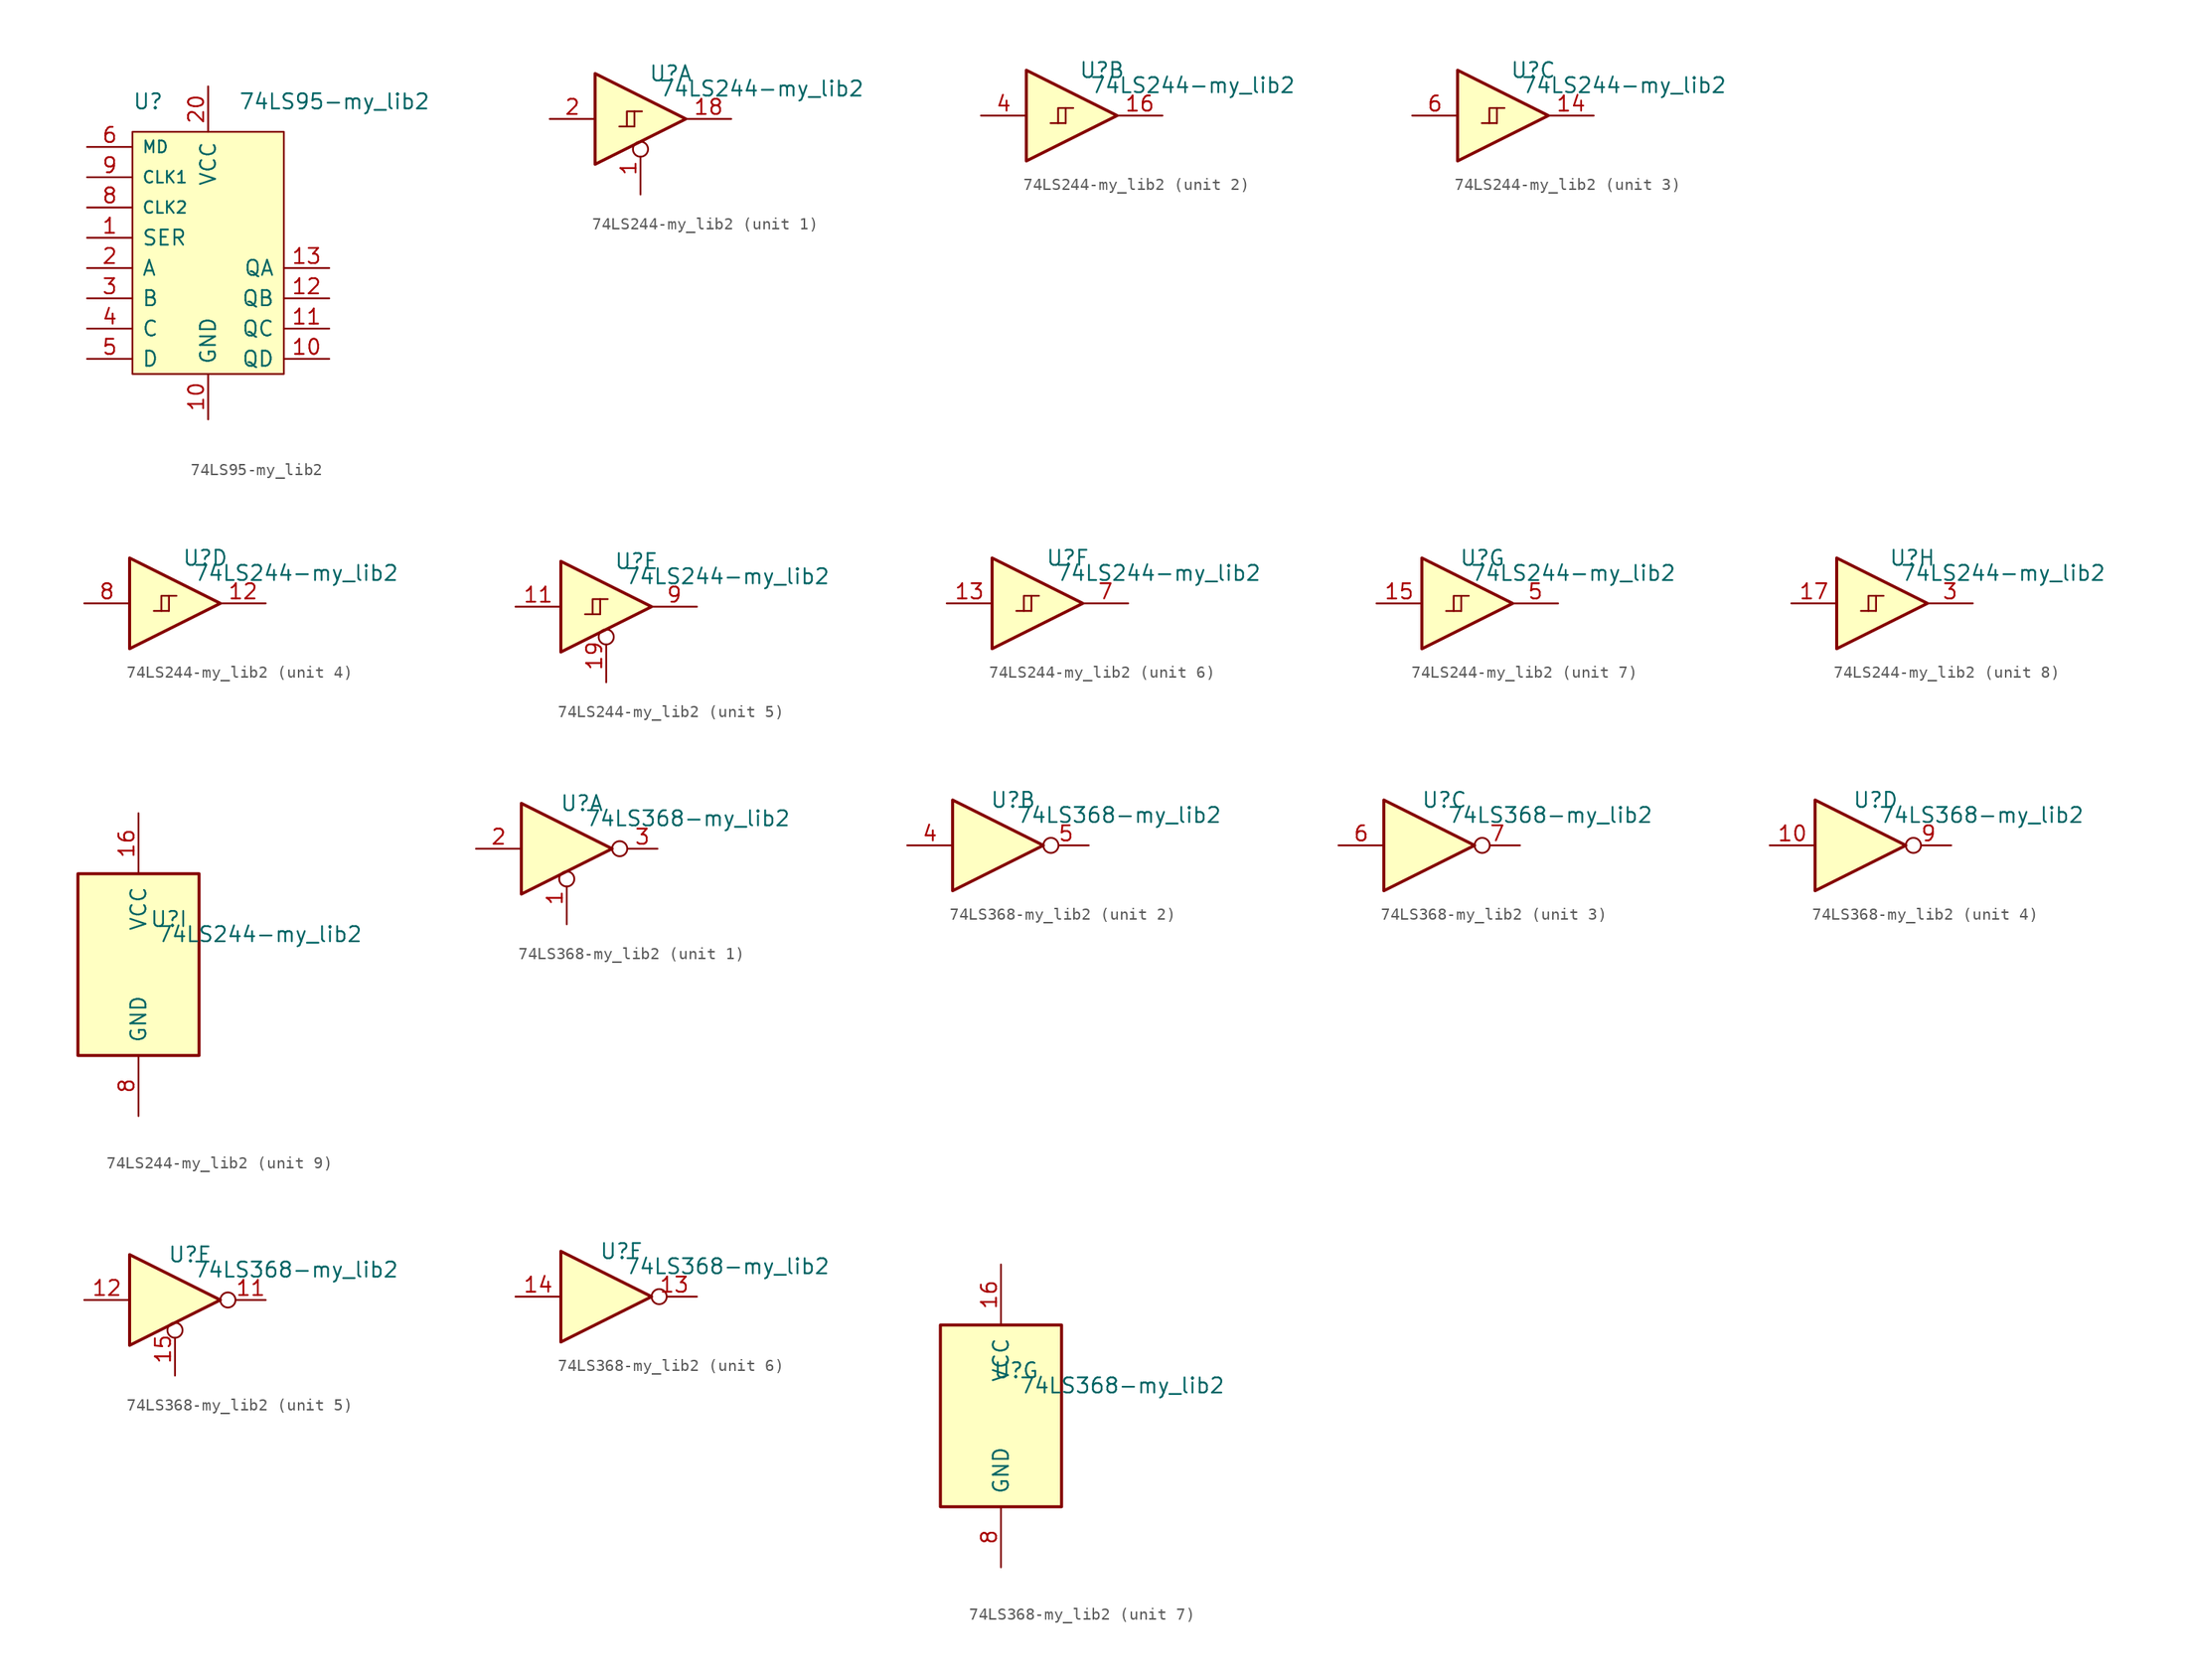
<source format=kicad_sym>
(kicad_symbol_lib
  (version 20220914)
  (generator kicad_symbol_editor)
  (symbol "74LS95-my_lib2"
    (pin_names
      (offset 0.762))
    (property "Reference" "U"
      (at -6.35 3.81 0)
      (effects (font (size 1.27 1.27)) (justify left)))
    (property "Value" "74LS95-my_lib2"
      (at 2.54 3.81 0)
      (effects (font (size 1.27 1.27)) (justify left)))
    (symbol "74LS95-my_lib2_0_0"
      (pin power_in line (at 0 -22.86 90) (length 3.81) (name "GND" (effects (font (size 1.27 1.27)))) (number "10" (effects (font (size 1.27 1.27)))))
      (pin power_in line (at 0 5.08 270) (length 3.81) (name "VCC" (effects (font (size 1.27 1.27)))) (number "20" (effects (font (size 1.27 1.27))))))
    (symbol "74LS95-my_lib2_0_1"
      (rectangle (start -6.35 1.27) (end 6.35 -19.05) (stroke (width 0) (type solid)) (fill (type background))))
    (symbol "74LS95-my_lib2_1_1"
      (pin input line (at -10.16 -7.62 0) (length 3.81) (name "SER" (effects (font (size 1.27 1.27)))) (number "1" (effects (font (size 1.27 1.27)))))
      (pin output line (at 10.16 -17.78 180) (length 3.81) (name "QD" (effects (font (size 1.27 1.27)))) (number "10" (effects (font (size 1.27 1.27)))))
      (pin output line (at 10.16 -15.24 180) (length 3.81) (name "QC" (effects (font (size 1.27 1.27)))) (number "11" (effects (font (size 1.27 1.27)))))
      (pin output line (at 10.16 -12.7 180) (length 3.81) (name "QB" (effects (font (size 1.27 1.27)))) (number "12" (effects (font (size 1.27 1.27)))))
      (pin output line (at 10.16 -10.16 180) (length 3.81) (name "QA" (effects (font (size 1.27 1.27)))) (number "13" (effects (font (size 1.27 1.27)))))
      (pin input line (at -10.16 -10.16 0) (length 3.81) (name "A" (effects (font (size 1.27 1.27)))) (number "2" (effects (font (size 1.27 1.27)))))
      (pin input line (at -10.16 -12.7 0) (length 3.81) (name "B" (effects (font (size 1.27 1.27)))) (number "3" (effects (font (size 1.27 1.27)))))
      (pin input line (at -10.16 -15.24 0) (length 3.81) (name "C" (effects (font (size 1.27 1.27)))) (number "4" (effects (font (size 1.27 1.27)))))
      (pin input line (at -10.16 -17.78 0) (length 3.81) (name "D" (effects (font (size 1.27 1.27)))) (number "5" (effects (font (size 1.27 1.27)))))
      (pin input line (at -10.16 0 0) (length 3.81) (name "MD" (effects (font (size 0.991 0.991)))) (number "6" (effects (font (size 1.27 1.27)))))
      (pin tri_state line (at -10.16 -5.08 0) (length 3.81) (name "CLK2" (effects (font (size 0.991 0.991)))) (number "8" (effects (font (size 1.27 1.27)))))
      (pin tri_state line (at -10.16 -2.54 0) (length 3.81) (name "CLK1" (effects (font (size 0.991 0.991)))) (number "9" (effects (font (size 1.27 1.27)))))))
  (symbol "74LS244-my_lib2"
    (pin_names
      (offset 1.016))
    (property "Reference" "U"
      (at 1.27 3.81 0)
      (effects (font (size 1.27 1.27))))
    (property "Value" "74LS244-my_lib2"
      (at 8.89 2.54 0)
      (effects (font (size 1.27 1.27))))
    (property "ki_locked" ""
      (at 0 0 0)
      (effects (font (size 1.27 1.27))))
    (symbol "74LS244-my_lib2_1_0"
      (polyline (pts (xy -5.08 3.81) (xy -5.08 -3.81) (xy 2.54 0) (xy -5.08 3.81)) (stroke (width 0.254) (type solid)) (fill (type background)))
      (pin input inverted (at -1.27 -6.35 90) (length 4.445) (name "~" (effects (font (size 1.27 1.27)))) (number "1" (effects (font (size 1.27 1.27)))))
      (pin tri_state line (at 6.35 0 180) (length 3.81) (name "~" (effects (font (size 1.27 1.27)))) (number "18" (effects (font (size 1.27 1.27)))))
      (pin input line (at -8.89 0 0) (length 3.81) (name "~" (effects (font (size 1.27 1.27)))) (number "2" (effects (font (size 1.27 1.27))))))
    (symbol "74LS244-my_lib2_1_1"
      (polyline (pts (xy -3.048 -0.635) (xy -1.778 -0.635)) (stroke (width 0) (type solid)) (fill (type none)))
      (polyline (pts (xy -1.778 -0.635) (xy -1.778 0.635)) (stroke (width 0) (type solid)) (fill (type none)))
      (polyline (pts (xy -2.413 -0.635) (xy -2.413 0.635) (xy -1.143 0.635)) (stroke (width 0) (type solid)) (fill (type none))))
    (symbol "74LS244-my_lib2_2_0"
      (polyline (pts (xy -5.08 3.81) (xy -5.08 -3.81) (xy 2.54 0) (xy -5.08 3.81)) (stroke (width 0.254) (type solid)) (fill (type background)))
      (pin tri_state line (at 6.35 0 180) (length 3.81) (name "~" (effects (font (size 1.27 1.27)))) (number "16" (effects (font (size 1.27 1.27)))))
      (pin input line (at -8.89 0 0) (length 3.81) (name "~" (effects (font (size 1.27 1.27)))) (number "4" (effects (font (size 1.27 1.27))))))
    (symbol "74LS244-my_lib2_2_1"
      (polyline (pts (xy -3.048 -0.635) (xy -1.778 -0.635)) (stroke (width 0) (type solid)) (fill (type none)))
      (polyline (pts (xy -1.778 -0.635) (xy -1.778 0.635)) (stroke (width 0) (type solid)) (fill (type none)))
      (polyline (pts (xy -2.413 -0.635) (xy -2.413 0.635) (xy -1.143 0.635)) (stroke (width 0) (type solid)) (fill (type none))))
    (symbol "74LS244-my_lib2_3_0"
      (polyline (pts (xy -5.08 3.81) (xy -5.08 -3.81) (xy 2.54 0) (xy -5.08 3.81)) (stroke (width 0.254) (type solid)) (fill (type background)))
      (pin tri_state line (at 6.35 0 180) (length 3.81) (name "~" (effects (font (size 1.27 1.27)))) (number "14" (effects (font (size 1.27 1.27)))))
      (pin input line (at -8.89 0 0) (length 3.81) (name "~" (effects (font (size 1.27 1.27)))) (number "6" (effects (font (size 1.27 1.27))))))
    (symbol "74LS244-my_lib2_3_1"
      (polyline (pts (xy -3.048 -0.635) (xy -1.778 -0.635)) (stroke (width 0) (type solid)) (fill (type none)))
      (polyline (pts (xy -1.778 -0.635) (xy -1.778 0.635)) (stroke (width 0) (type solid)) (fill (type none)))
      (polyline (pts (xy -2.413 -0.635) (xy -2.413 0.635) (xy -1.143 0.635)) (stroke (width 0) (type solid)) (fill (type none))))
    (symbol "74LS244-my_lib2_4_0"
      (polyline (pts (xy -5.08 3.81) (xy -5.08 -3.81) (xy 2.54 0) (xy -5.08 3.81)) (stroke (width 0.254) (type solid)) (fill (type background)))
      (pin tri_state line (at 6.35 0 180) (length 3.81) (name "~" (effects (font (size 1.27 1.27)))) (number "12" (effects (font (size 1.27 1.27)))))
      (pin input line (at -8.89 0 0) (length 3.81) (name "~" (effects (font (size 1.27 1.27)))) (number "8" (effects (font (size 1.27 1.27))))))
    (symbol "74LS244-my_lib2_4_1"
      (polyline (pts (xy -3.048 -0.635) (xy -1.778 -0.635)) (stroke (width 0) (type solid)) (fill (type none)))
      (polyline (pts (xy -1.778 -0.635) (xy -1.778 0.635)) (stroke (width 0) (type solid)) (fill (type none)))
      (polyline (pts (xy -2.413 -0.635) (xy -2.413 0.635) (xy -1.143 0.635)) (stroke (width 0) (type solid)) (fill (type none))))
    (symbol "74LS244-my_lib2_5_1"
      (polyline (pts (xy -3.048 -0.635) (xy -1.778 -0.635)) (stroke (width 0) (type solid)) (fill (type none)))
      (polyline (pts (xy -1.778 -0.635) (xy -1.778 0.635)) (stroke (width 0) (type solid)) (fill (type none)))
      (polyline (pts (xy -2.413 -0.635) (xy -2.413 0.635) (xy -1.143 0.635)) (stroke (width 0) (type solid)) (fill (type none)))
      (polyline (pts (xy -5.08 3.81) (xy -5.08 -3.81) (xy 2.54 0) (xy -5.08 3.81)) (stroke (width 0.254) (type solid)) (fill (type background)))
      (pin input line (at -8.89 0 0) (length 3.81) (name "~" (effects (font (size 1.27 1.27)))) (number "11" (effects (font (size 1.27 1.27)))))
      (pin input inverted (at -1.27 -6.35 90) (length 4.445) (name "~" (effects (font (size 1.27 1.27)))) (number "19" (effects (font (size 1.27 1.27)))))
      (pin tri_state line (at 6.35 0 180) (length 3.81) (name "~" (effects (font (size 1.27 1.27)))) (number "9" (effects (font (size 1.27 1.27))))))
    (symbol "74LS244-my_lib2_6_0"
      (polyline (pts (xy -5.08 3.81) (xy -5.08 -3.81) (xy 2.54 0) (xy -5.08 3.81)) (stroke (width 0.254) (type solid)) (fill (type background)))
      (pin input line (at -8.89 0 0) (length 3.81) (name "~" (effects (font (size 1.27 1.27)))) (number "13" (effects (font (size 1.27 1.27)))))
      (pin tri_state line (at 6.35 0 180) (length 3.81) (name "~" (effects (font (size 1.27 1.27)))) (number "7" (effects (font (size 1.27 1.27))))))
    (symbol "74LS244-my_lib2_6_1"
      (polyline (pts (xy -3.048 -0.635) (xy -1.778 -0.635)) (stroke (width 0) (type solid)) (fill (type none)))
      (polyline (pts (xy -1.778 -0.635) (xy -1.778 0.635)) (stroke (width 0) (type solid)) (fill (type none)))
      (polyline (pts (xy -2.413 -0.635) (xy -2.413 0.635) (xy -1.143 0.635)) (stroke (width 0) (type solid)) (fill (type none))))
    (symbol "74LS244-my_lib2_7_1"
      (polyline (pts (xy -1.778 -0.635) (xy -0.508 -0.635)) (stroke (width 0) (type solid)) (fill (type none)))
      (polyline (pts (xy -0.508 -0.635) (xy -0.508 0.635)) (stroke (width 0) (type solid)) (fill (type none)))
      (polyline (pts (xy -1.143 -0.635) (xy -1.143 0.635) (xy 0.127 0.635)) (stroke (width 0) (type solid)) (fill (type none)))
      (polyline (pts (xy -3.81 3.81) (xy -3.81 -3.81) (xy 3.81 0) (xy -3.81 3.81)) (stroke (width 0.254) (type solid)) (fill (type background)))
      (pin input line (at -7.62 0 0) (length 3.81) (name "~" (effects (font (size 1.27 1.27)))) (number "15" (effects (font (size 1.27 1.27)))))
      (pin tri_state line (at 7.62 0 180) (length 3.81) (name "~" (effects (font (size 1.27 1.27)))) (number "5" (effects (font (size 1.27 1.27))))))
    (symbol "74LS244-my_lib2_8_0"
      (polyline (pts (xy -5.08 3.81) (xy -5.08 -3.81) (xy 2.54 0) (xy -5.08 3.81)) (stroke (width 0.254) (type solid)) (fill (type background)))
      (pin input line (at -8.89 0 0) (length 3.81) (name "~" (effects (font (size 1.27 1.27)))) (number "17" (effects (font (size 1.27 1.27)))))
      (pin tri_state line (at 6.35 0 180) (length 3.81) (name "~" (effects (font (size 1.27 1.27)))) (number "3" (effects (font (size 1.27 1.27))))))
    (symbol "74LS244-my_lib2_8_1"
      (polyline (pts (xy -3.048 -0.635) (xy -1.778 -0.635)) (stroke (width 0) (type solid)) (fill (type none)))
      (polyline (pts (xy -1.778 -0.635) (xy -1.778 0.635)) (stroke (width 0) (type solid)) (fill (type none)))
      (polyline (pts (xy -2.413 -0.635) (xy -2.413 0.635) (xy -1.143 0.635)) (stroke (width 0) (type solid)) (fill (type none))))
    (symbol "74LS244-my_lib2_9_1"
      (rectangle (start -6.35 7.62) (end 3.81 -7.62) (stroke (width 0.254) (type solid)) (fill (type background)))
      (pin power_in line (at -1.27 12.7 270) (length 5.08) (name "VCC" (effects (font (size 1.27 1.27)))) (number "16" (effects (font (size 1.27 1.27)))))
      (pin power_in line (at -1.27 -12.7 90) (length 5.08) (name "GND" (effects (font (size 1.27 1.27)))) (number "8" (effects (font (size 1.27 1.27)))))))
  (symbol "74LS368-my_lib2"
    (pin_names
      (offset 1.016))
    (property "Reference" "U"
      (at 1.27 3.81 0)
      (effects (font (size 1.27 1.27))))
    (property "Value" "74LS368-my_lib2"
      (at 10.16 2.54 0)
      (effects (font (size 1.27 1.27))))
    (property "ki_locked" ""
      (at 0 0 0)
      (effects (font (size 1.27 1.27))))
    (symbol "74LS368-my_lib2_1_0"
      (polyline (pts (xy -3.81 3.81) (xy -3.81 -3.81) (xy 3.81 0) (xy -3.81 3.81)) (stroke (width 0.254) (type solid)) (fill (type background)))
      (pin input inverted (at 0 -6.35 90) (length 4.445) (name "~" (effects (font (size 1.27 1.27)))) (number "1" (effects (font (size 1.27 1.27)))))
      (pin input line (at -7.62 0 0) (length 3.81) (name "~" (effects (font (size 1.27 1.27)))) (number "2" (effects (font (size 1.27 1.27)))))
      (pin tri_state line (at 7.62 0 180) (length 2.54) (name "~" (effects (font (size 1.27 1.27)))) (number "3" (effects (font (size 1.27 1.27))))))
    (symbol "74LS368-my_lib2_1_1"
      (circle (center 4.445 0) (radius 0.635) (stroke (width 0) (type solid)) (fill (type none))))
    (symbol "74LS368-my_lib2_2_0"
      (polyline (pts (xy -3.81 3.81) (xy -3.81 -3.81) (xy 3.81 0) (xy -3.81 3.81)) (stroke (width 0.254) (type solid)) (fill (type background)))
      (pin input line (at -7.62 0 0) (length 3.81) (name "~" (effects (font (size 1.27 1.27)))) (number "4" (effects (font (size 1.27 1.27)))))
      (pin tri_state inverted (at 7.62 0 180) (length 3.81) (name "~" (effects (font (size 1.27 1.27)))) (number "5" (effects (font (size 1.27 1.27))))))
    (symbol "74LS368-my_lib2_3_0"
      (polyline (pts (xy -3.81 3.81) (xy -3.81 -3.81) (xy 3.81 0) (xy -3.81 3.81)) (stroke (width 0.254) (type solid)) (fill (type background)))
      (pin input line (at -7.62 0 0) (length 3.81) (name "~" (effects (font (size 1.27 1.27)))) (number "6" (effects (font (size 1.27 1.27)))))
      (pin tri_state inverted (at 7.62 0 180) (length 3.81) (name "~" (effects (font (size 1.27 1.27)))) (number "7" (effects (font (size 1.27 1.27))))))
    (symbol "74LS368-my_lib2_4_0"
      (polyline (pts (xy -3.81 3.81) (xy -3.81 -3.81) (xy 3.81 0) (xy -3.81 3.81)) (stroke (width 0.254) (type solid)) (fill (type background)))
      (pin input line (at -7.62 0 0) (length 3.81) (name "~" (effects (font (size 1.27 1.27)))) (number "10" (effects (font (size 1.27 1.27)))))
      (pin tri_state inverted (at 7.62 0 180) (length 3.81) (name "~" (effects (font (size 1.27 1.27)))) (number "9" (effects (font (size 1.27 1.27))))))
    (symbol "74LS368-my_lib2_5_1"
      (polyline (pts (xy -3.81 3.81) (xy -3.81 -3.81) (xy 3.81 0) (xy -3.81 3.81)) (stroke (width 0.254) (type solid)) (fill (type background)))
      (circle (center 4.445 0) (radius 0.635) (stroke (width 0) (type solid)) (fill (type none)))
      (pin tri_state line (at 7.62 0 180) (length 2.54) (name "~" (effects (font (size 1.27 1.27)))) (number "11" (effects (font (size 1.27 1.27)))))
      (pin input line (at -7.62 0 0) (length 3.81) (name "~" (effects (font (size 1.27 1.27)))) (number "12" (effects (font (size 1.27 1.27)))))
      (pin input inverted (at 0 -6.35 90) (length 4.445) (name "~" (effects (font (size 1.27 1.27)))) (number "15" (effects (font (size 1.27 1.27))))))
    (symbol "74LS368-my_lib2_6_0"
      (polyline (pts (xy -3.81 3.81) (xy -3.81 -3.81) (xy 3.81 0) (xy -3.81 3.81)) (stroke (width 0.254) (type solid)) (fill (type background)))
      (pin tri_state inverted (at 7.62 0 180) (length 3.81) (name "~" (effects (font (size 1.27 1.27)))) (number "13" (effects (font (size 1.27 1.27)))))
      (pin input line (at -7.62 0 0) (length 3.81) (name "~" (effects (font (size 1.27 1.27)))) (number "14" (effects (font (size 1.27 1.27))))))
    (symbol "74LS368-my_lib2_7_1"
      (rectangle (start -5.08 7.62) (end 5.08 -7.62) (stroke (width 0.254) (type solid)) (fill (type background)))
      (pin power_in line (at 0 12.7 270) (length 5.08) (name "VCC" (effects (font (size 1.27 1.27)))) (number "16" (effects (font (size 1.27 1.27)))))
      (pin power_in line (at 0 -12.7 90) (length 5.08) (name "GND" (effects (font (size 1.27 1.27)))) (number "8" (effects (font (size 1.27 1.27))))))))
</source>
